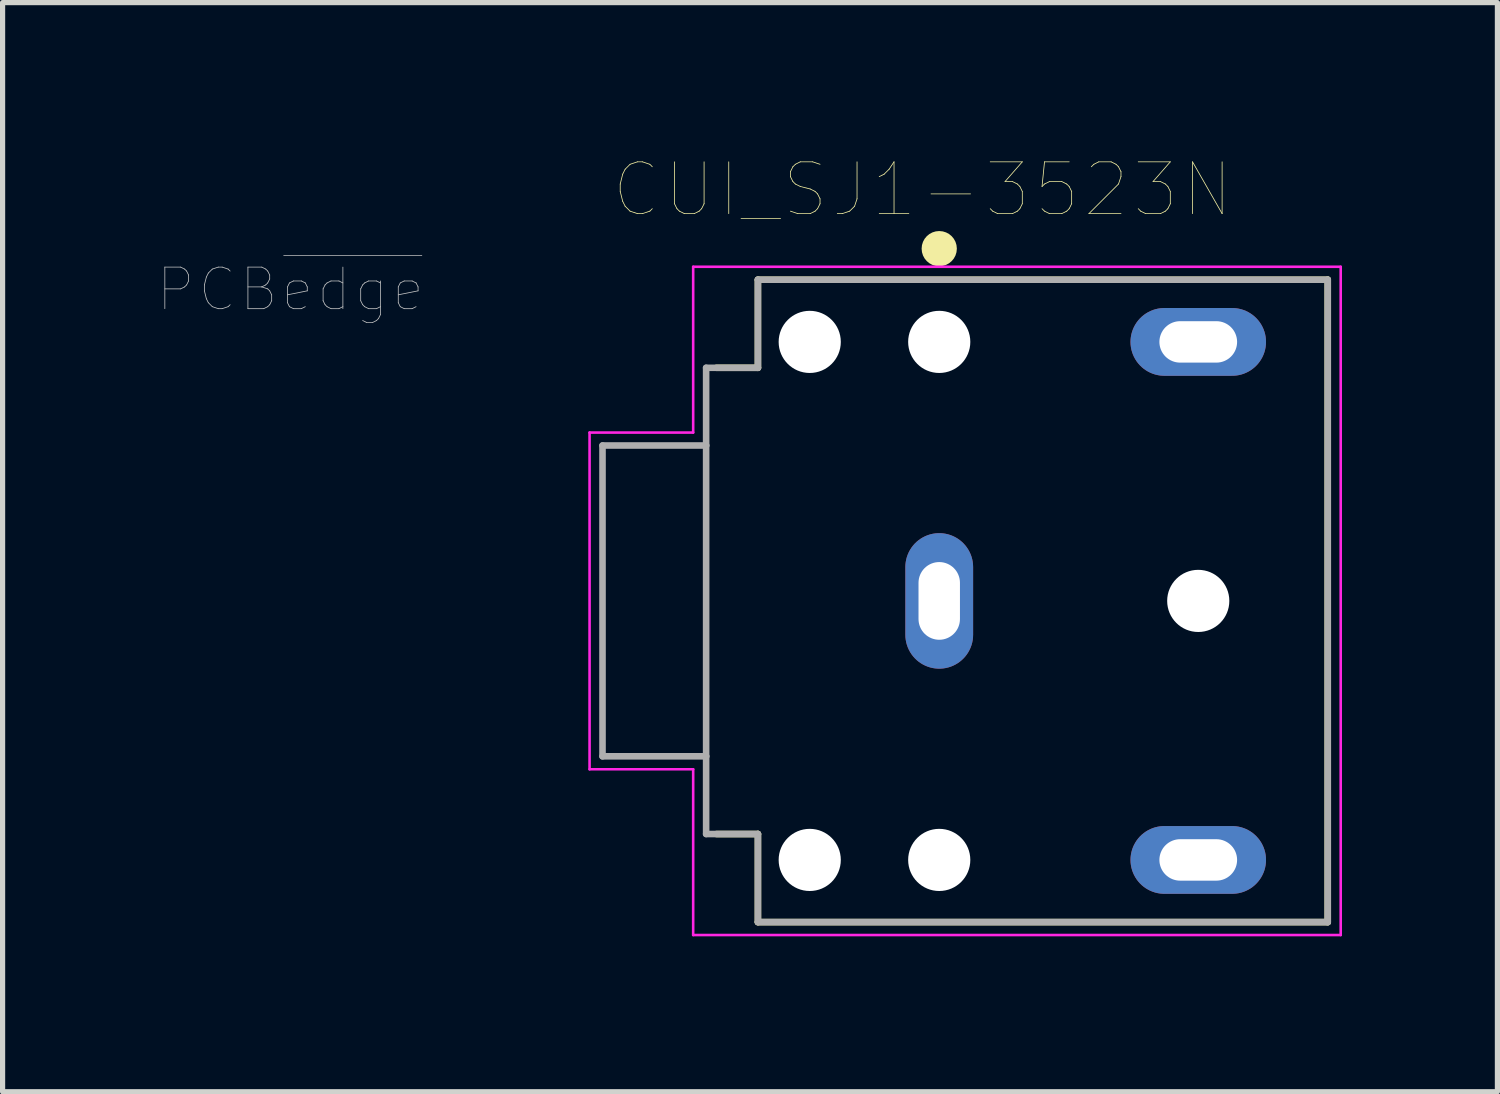
<source format=kicad_pcb>
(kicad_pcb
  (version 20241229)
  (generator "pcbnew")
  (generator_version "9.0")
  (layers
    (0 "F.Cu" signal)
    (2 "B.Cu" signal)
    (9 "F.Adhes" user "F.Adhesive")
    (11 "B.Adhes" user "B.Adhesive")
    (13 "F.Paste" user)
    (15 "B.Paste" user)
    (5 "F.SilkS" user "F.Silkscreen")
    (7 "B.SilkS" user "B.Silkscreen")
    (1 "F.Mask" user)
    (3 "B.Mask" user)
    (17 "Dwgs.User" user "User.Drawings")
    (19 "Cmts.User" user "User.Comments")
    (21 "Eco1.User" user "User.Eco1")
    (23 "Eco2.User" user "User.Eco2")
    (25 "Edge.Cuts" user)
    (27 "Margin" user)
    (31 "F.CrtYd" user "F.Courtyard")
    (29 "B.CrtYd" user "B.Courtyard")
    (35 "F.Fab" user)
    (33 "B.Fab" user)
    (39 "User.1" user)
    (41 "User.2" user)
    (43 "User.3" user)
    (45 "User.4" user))
  (footprint "CUI_SJ1-3523N"
    (layer "F.Cu")
    (at 15.081 8.55)
    (property "Reference" "CUI_SJ1-3523N" (at -0.325 -7.938 0) (layer "F.SilkS") (effects (font (size 1 1) (thickness 0.015))))
    (attr through_hole)
    (fp_line (start -3.5 -6.2) (end -3.5 -4.5) (stroke (width 0.127) (type solid)) (layer "F.SilkS"))
    (fp_line (start -3.5 -4.5) (end -4.3 -4.5) (stroke (width 0.127) (type solid)) (layer "F.SilkS"))
    (fp_line (start -3.5 4.5) (end -4.3 4.5) (stroke (width 0.127) (type solid)) (layer "F.SilkS"))
    (fp_line (start -3.5 4.5) (end -3.5 6.2) (stroke (width 0.127) (type solid)) (layer "F.SilkS"))
    (fp_line (start 7.5 -6.2) (end -3.5 -6.2) (stroke (width 0.127) (type solid)) (layer "F.SilkS"))
    (fp_line (start 7.5 -6.2) (end 7.5 6.2) (stroke (width 0.127) (type solid)) (layer "F.SilkS"))
    (fp_line (start 7.5 6.2) (end -3.5 6.2) (stroke (width 0.127) (type solid)) (layer "F.SilkS"))
    (fp_circle (center 0 -6.8) (end 0.17 -6.8) (stroke (width 0.34) (type solid)) (fill no) (layer "F.SilkS"))
    (fp_line (start -4.5 -6) (end -4.5 -2) (stroke (width 0.0001) (type solid)) (layer "Dwgs.User"))
    (fp_line (start -4.5 -2) (end -3.3 -2) (stroke (width 0.0001) (type solid)) (layer "Dwgs.User"))
    (fp_line (start -4.5 2) (end -4.5 6) (stroke (width 0.0001) (type solid)) (layer "Dwgs.User"))
    (fp_line (start -3.3 -2) (end -3.3 2) (stroke (width 0.0001) (type solid)) (layer "Dwgs.User"))
    (fp_line (start -3.3 2) (end -4.5 2) (stroke (width 0.0001) (type solid)) (layer "Dwgs.User"))
    (fp_line (start -6.75 -3.25) (end -6.75 3.25) (stroke (width 0.05) (type solid)) (layer "F.CrtYd"))
    (fp_line (start -6.75 3.25) (end -4.75 3.25) (stroke (width 0.05) (type solid)) (layer "F.CrtYd"))
    (fp_line (start -4.75 -6.45) (end -4.75 -3.25) (stroke (width 0.05) (type solid)) (layer "F.CrtYd"))
    (fp_line (start -4.75 -6.45) (end 7.75 -6.45) (stroke (width 0.05) (type solid)) (layer "F.CrtYd"))
    (fp_line (start -4.75 -3.25) (end -6.75 -3.25) (stroke (width 0.05) (type solid)) (layer "F.CrtYd"))
    (fp_line (start -4.75 3.25) (end -4.75 6.45) (stroke (width 0.05) (type solid)) (layer "F.CrtYd"))
    (fp_line (start 7.75 -6.45) (end 7.75 6.45) (stroke (width 0.05) (type solid)) (layer "F.CrtYd"))
    (fp_line (start 7.75 6.45) (end -4.75 6.45) (stroke (width 0.05) (type solid)) (layer "F.CrtYd"))
    (fp_line (start -6.5 -3) (end -6.5 3) (stroke (width 0.127) (type solid)) (layer "F.Fab"))
    (fp_line (start -6.5 3) (end -4.5 3) (stroke (width 0.127) (type solid)) (layer "F.Fab"))
    (fp_line (start -4.5 -4.5) (end -4.5 -3) (stroke (width 0.127) (type solid)) (layer "F.Fab"))
    (fp_line (start -4.5 -3) (end -6.5 -3) (stroke (width 0.127) (type solid)) (layer "F.Fab"))
    (fp_line (start -4.5 -3) (end -4.5 3) (stroke (width 0.127) (type solid)) (layer "F.Fab"))
    (fp_line (start -4.5 3) (end -4.5 4.5) (stroke (width 0.127) (type solid)) (layer "F.Fab"))
    (fp_line (start -4.5 4.5) (end -3.5 4.5) (stroke (width 0.127) (type solid)) (layer "F.Fab"))
    (fp_line (start -3.5 -6.2) (end -3.5 -4.5) (stroke (width 0.127) (type solid)) (layer "F.Fab"))
    (fp_line (start -3.5 -4.5) (end -4.5 -4.5) (stroke (width 0.127) (type solid)) (layer "F.Fab"))
    (fp_line (start -3.5 4.5) (end -3.5 6.2) (stroke (width 0.127) (type solid)) (layer "F.Fab"))
    (fp_line (start 7.5 -6.2) (end -3.5 -6.2) (stroke (width 0.127) (type solid)) (layer "F.Fab"))
    (fp_line (start 7.5 -6.2) (end 7.5 6.2) (stroke (width 0.127) (type solid)) (layer "F.Fab"))
    (fp_line (start 7.5 6.2) (end -3.5 6.2) (stroke (width 0.127) (type solid)) (layer "F.Fab"))
    (fp_text user "PCB~{edge}" (at -12.524 -6.012 0) (layer "Dwgs.User") (effects (font (size 0.802 0.802) (thickness 0.015))))
    (pad "" np_thru_hole circle (at -2.5 -5) (size 1.2 1.2) (drill 1.2) (layers "*.Cu" "*.Mask"))
    (pad "" np_thru_hole circle (at -2.5 5) (size 1.2 1.2) (drill 1.2) (layers "*.Cu" "*.Mask"))
    (pad "" np_thru_hole circle (at 0 -5) (size 1.2 1.2) (drill 1.2) (layers "*.Cu" "*.Mask"))
    (pad "" np_thru_hole circle (at 0 5) (size 1.2 1.2) (drill 1.2) (layers "*.Cu" "*.Mask"))
    (pad "" np_thru_hole circle (at 5 0) (size 1.2 1.2) (drill 1.2) (layers "*.Cu" "*.Mask"))
    (pad "1" thru_hole oval (at 0 0) (size 1.308 2.616) (drill oval 0.8 1.5) (layers "*.Cu" "*.Mask"))
    (pad "2" thru_hole oval (at 5 5) (size 2.616 1.308) (drill oval 1.5 0.8) (layers "*.Cu" "*.Mask"))
    (pad "3" thru_hole oval (at 5 -5) (size 2.616 1.308) (drill oval 1.5 0.8) (layers "*.Cu" "*.Mask")))
  (gr_rect
    (start -3 -3)
    (end 25.856 18.025)
    (stroke (width 0.1) (type default))
    (fill no)
    (layer "Edge.Cuts")))
</source>
